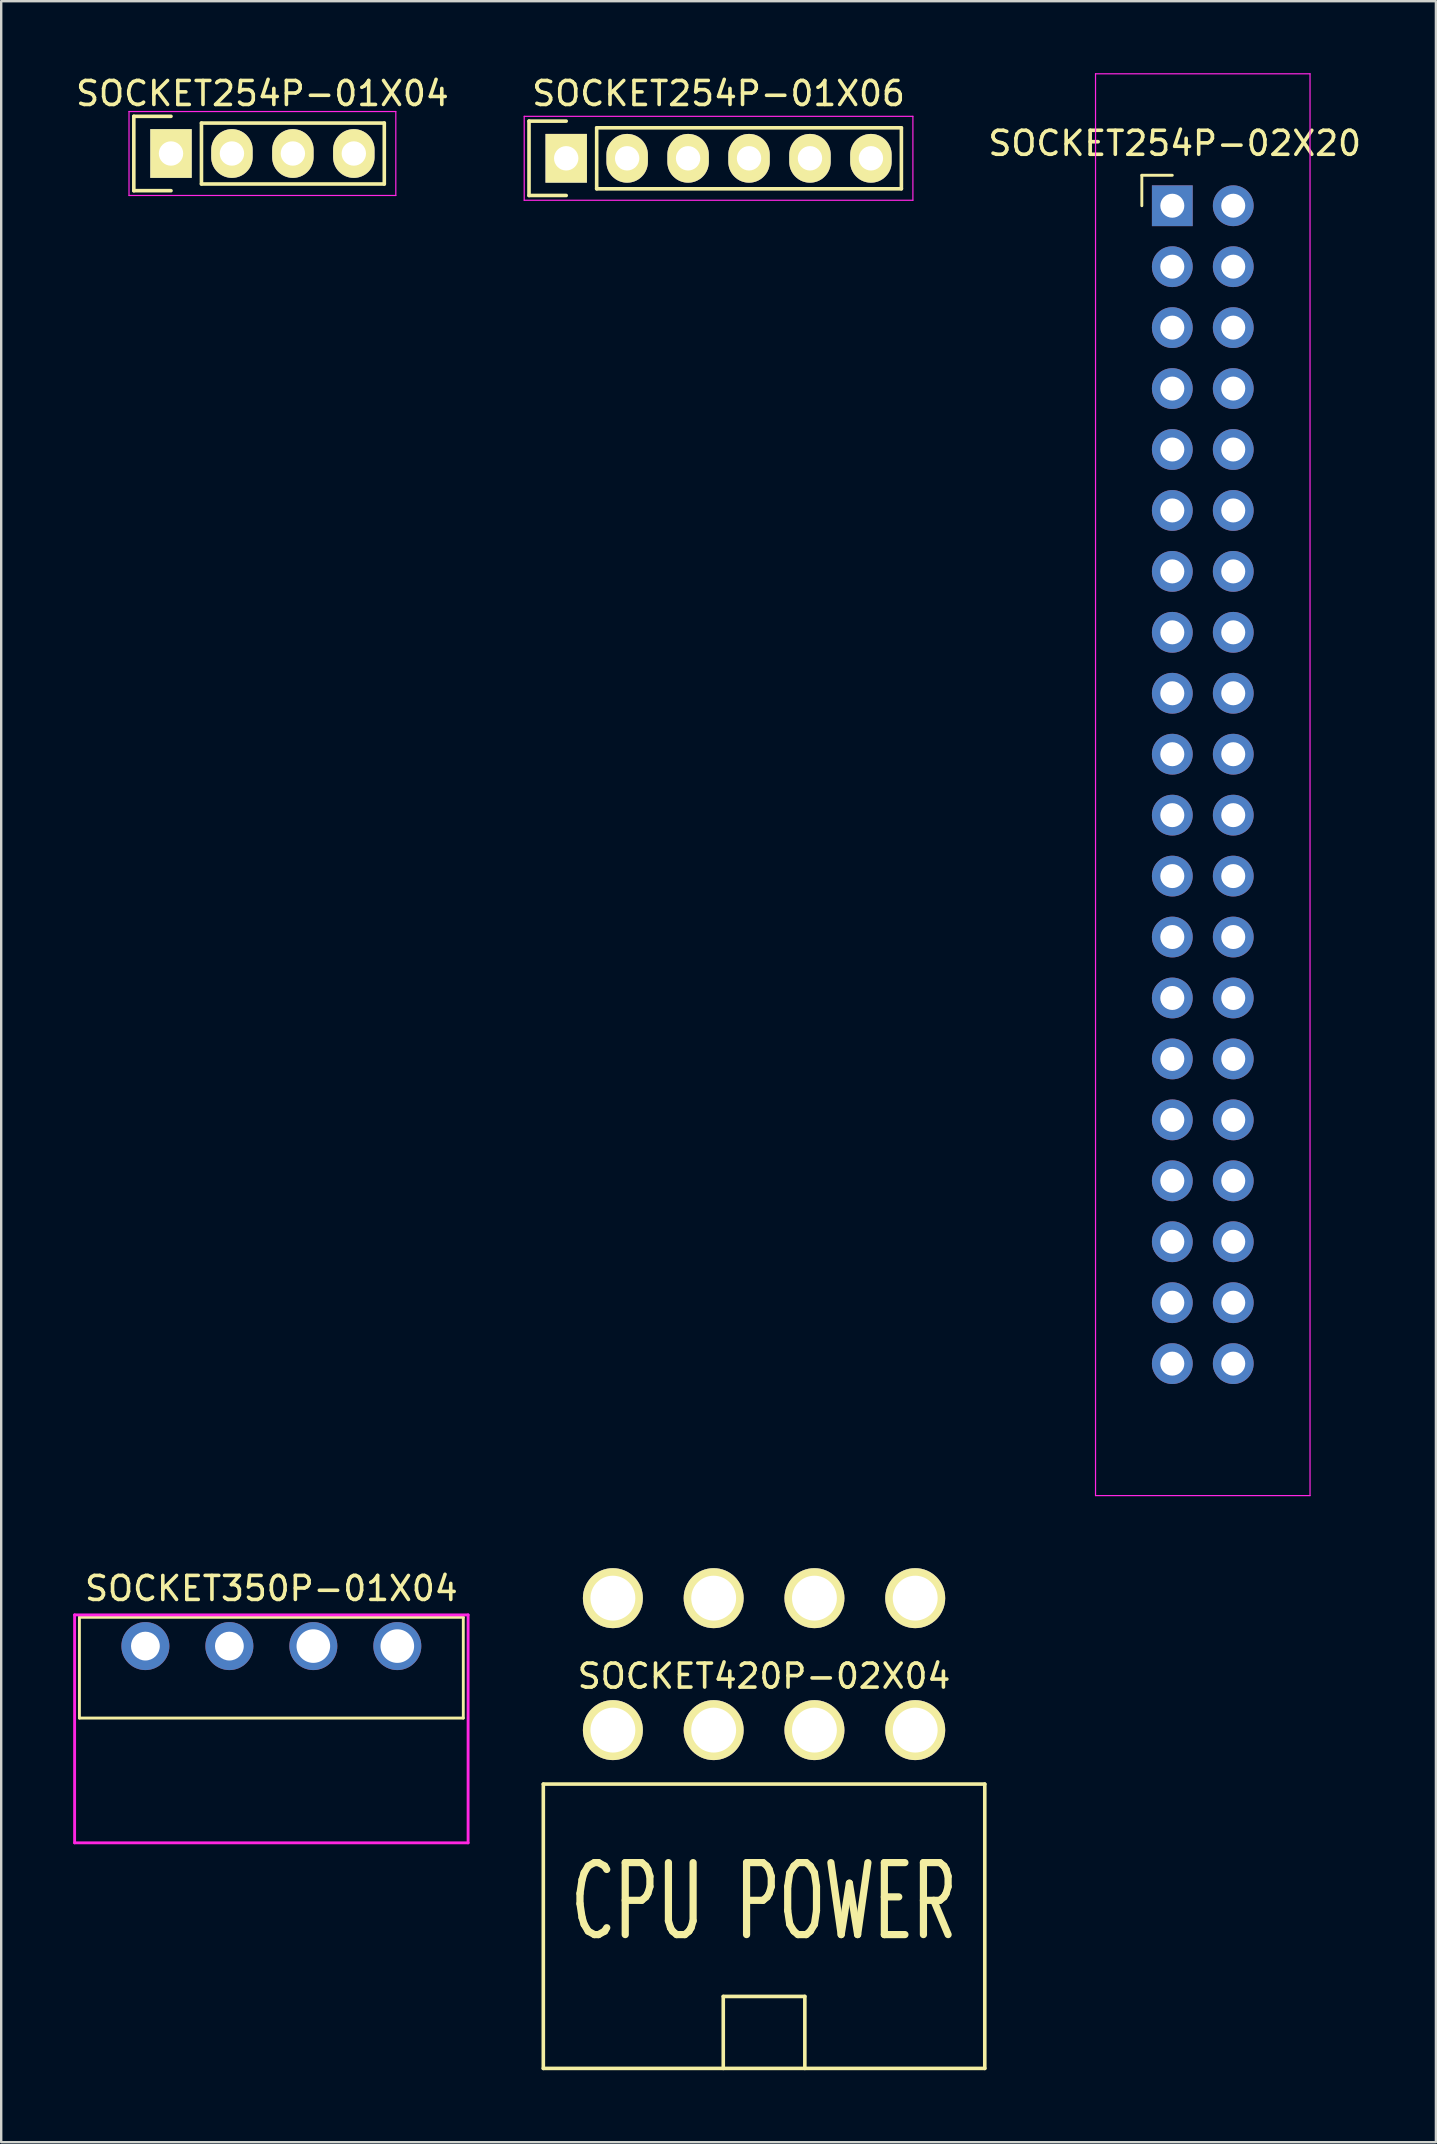
<source format=kicad_pcb>
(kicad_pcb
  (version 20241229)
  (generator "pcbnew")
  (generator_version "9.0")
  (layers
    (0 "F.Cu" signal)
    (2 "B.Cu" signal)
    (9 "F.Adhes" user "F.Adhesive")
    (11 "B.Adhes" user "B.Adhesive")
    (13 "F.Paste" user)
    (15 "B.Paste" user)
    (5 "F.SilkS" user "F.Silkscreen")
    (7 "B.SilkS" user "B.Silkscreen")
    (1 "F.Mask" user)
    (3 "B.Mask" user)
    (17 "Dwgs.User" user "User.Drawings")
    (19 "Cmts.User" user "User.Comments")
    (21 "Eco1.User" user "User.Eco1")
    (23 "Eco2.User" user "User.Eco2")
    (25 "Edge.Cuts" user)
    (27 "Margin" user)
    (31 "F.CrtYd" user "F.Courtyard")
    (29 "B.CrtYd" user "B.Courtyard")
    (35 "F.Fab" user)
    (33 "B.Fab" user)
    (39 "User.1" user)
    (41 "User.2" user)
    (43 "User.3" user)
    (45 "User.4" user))
  (footprint "SOCKET350P-01X04"
    (layer "F.Cu")
    (at 8.26 65.558)
    (property "Reference" "SOCKET350P-01X04" (at 0 -2.4 0) (layer "F.SilkS") (effects (font (size 1 1) (thickness 0.15))))
    (attr through_hole)
    (fp_line (start -8 -1.2) (end -8 3) (stroke (width 0.12) (type solid)) (layer "F.SilkS"))
    (fp_line (start 8 -1.2) (end -8 -1.2) (stroke (width 0.12) (type solid)) (layer "F.SilkS"))
    (fp_line (start 8 -1.2) (end 8 3) (stroke (width 0.12) (type solid)) (layer "F.SilkS"))
    (fp_line (start 8 3) (end -8 3) (stroke (width 0.12) (type solid)) (layer "F.SilkS"))
    (fp_line (start -8.2 8.2) (end -8.2 -1.3) (stroke (width 0.12) (type solid)) (layer "F.CrtYd"))
    (fp_line (start 8.2 -1.3) (end -8.2 -1.3) (stroke (width 0.12) (type solid)) (layer "F.CrtYd"))
    (fp_line (start 8.2 8.2) (end -8.2 8.2) (stroke (width 0.12) (type solid)) (layer "F.CrtYd"))
    (fp_line (start 8.2 8.2) (end 8.2 -1.3) (stroke (width 0.12) (type solid)) (layer "F.CrtYd"))
    (pad "1" thru_hole circle (at -5.25 0) (size 2 2) (drill 1.2) (layers "*.Cu" "*.Mask"))
    (pad "2" thru_hole circle (at -1.75 0) (size 2 2) (drill 1.2) (layers "*.Cu" "*.Mask"))
    (pad "3" thru_hole circle (at 1.75 0) (size 2 2) (drill 1.4) (layers "*.Cu" "*.Mask"))
    (pad "4" thru_hole circle (at 5.25 0) (size 2 2) (drill 1.4) (layers "*.Cu" "*.Mask")))
  (footprint "SOCKET254P-02X20"
    (layer "F.Cu")
    (at 45.811 5.525)
    (property "Reference" "SOCKET254P-02X20" (at 0.1 -2.6 0) (layer "F.SilkS") (effects (font (size 1 1) (thickness 0.15))))
    (attr through_hole)
    (fp_line (start -1.27 -1.27) (end 0 -1.27) (stroke (width 0.12) (type solid)) (layer "F.SilkS"))
    (fp_line (start -1.27 0) (end -1.27 -1.27) (stroke (width 0.12) (type solid)) (layer "F.SilkS"))
    (fp_line (start -3.2 -5.5) (end -3.2 53.76) (stroke (width 0.05) (type solid)) (layer "F.CrtYd"))
    (fp_line (start -3.2 53.76) (end 5.74 53.76) (stroke (width 0.05) (type solid)) (layer "F.CrtYd"))
    (fp_line (start 5.74 -5.5) (end -3.2 -5.5) (stroke (width 0.05) (type solid)) (layer "F.CrtYd"))
    (fp_line (start 5.74 53.76) (end 5.74 -5.5) (stroke (width 0.05) (type solid)) (layer "F.CrtYd"))
    (pad "1" thru_hole rect (at 0 0) (size 1.7 1.7) (drill 1) (layers "*.Cu" "*.Mask"))
    (pad "2" thru_hole oval (at 2.54 0) (size 1.7 1.7) (drill 1) (layers "*.Cu" "*.Mask"))
    (pad "3" thru_hole oval (at 0 2.54) (size 1.7 1.7) (drill 1) (layers "*.Cu" "*.Mask"))
    (pad "4" thru_hole oval (at 2.54 2.54) (size 1.7 1.7) (drill 1) (layers "*.Cu" "*.Mask"))
    (pad "5" thru_hole oval (at 0 5.08) (size 1.7 1.7) (drill 1) (layers "*.Cu" "*.Mask"))
    (pad "6" thru_hole oval (at 2.54 5.08) (size 1.7 1.7) (drill 1) (layers "*.Cu" "*.Mask"))
    (pad "7" thru_hole oval (at 0 7.62) (size 1.7 1.7) (drill 1) (layers "*.Cu" "*.Mask"))
    (pad "8" thru_hole oval (at 2.54 7.62) (size 1.7 1.7) (drill 1) (layers "*.Cu" "*.Mask"))
    (pad "9" thru_hole oval (at 0 10.16) (size 1.7 1.7) (drill 1) (layers "*.Cu" "*.Mask"))
    (pad "10" thru_hole oval (at 2.54 10.16) (size 1.7 1.7) (drill 1) (layers "*.Cu" "*.Mask"))
    (pad "11" thru_hole oval (at 0 12.7) (size 1.7 1.7) (drill 1) (layers "*.Cu" "*.Mask"))
    (pad "12" thru_hole oval (at 2.54 12.7) (size 1.7 1.7) (drill 1) (layers "*.Cu" "*.Mask"))
    (pad "13" thru_hole oval (at 0 15.24) (size 1.7 1.7) (drill 1) (layers "*.Cu" "*.Mask"))
    (pad "14" thru_hole oval (at 2.54 15.24) (size 1.7 1.7) (drill 1) (layers "*.Cu" "*.Mask"))
    (pad "15" thru_hole oval (at 0 17.78) (size 1.7 1.7) (drill 1) (layers "*.Cu" "*.Mask"))
    (pad "16" thru_hole oval (at 2.54 17.78) (size 1.7 1.7) (drill 1) (layers "*.Cu" "*.Mask"))
    (pad "17" thru_hole oval (at 0 20.32) (size 1.7 1.7) (drill 1) (layers "*.Cu" "*.Mask"))
    (pad "18" thru_hole oval (at 2.54 20.32) (size 1.7 1.7) (drill 1) (layers "*.Cu" "*.Mask"))
    (pad "19" thru_hole oval (at 0 22.86) (size 1.7 1.7) (drill 1) (layers "*.Cu" "*.Mask"))
    (pad "20" thru_hole oval (at 2.54 22.86) (size 1.7 1.7) (drill 1) (layers "*.Cu" "*.Mask"))
    (pad "21" thru_hole oval (at 0 25.4) (size 1.7 1.7) (drill 1) (layers "*.Cu" "*.Mask"))
    (pad "22" thru_hole oval (at 2.54 25.4) (size 1.7 1.7) (drill 1) (layers "*.Cu" "*.Mask"))
    (pad "23" thru_hole oval (at 0 27.94) (size 1.7 1.7) (drill 1) (layers "*.Cu" "*.Mask"))
    (pad "24" thru_hole oval (at 2.54 27.94) (size 1.7 1.7) (drill 1) (layers "*.Cu" "*.Mask"))
    (pad "25" thru_hole oval (at 0 30.48) (size 1.7 1.7) (drill 1) (layers "*.Cu" "*.Mask"))
    (pad "26" thru_hole oval (at 2.54 30.48) (size 1.7 1.7) (drill 1) (layers "*.Cu" "*.Mask"))
    (pad "27" thru_hole oval (at 0 33.02) (size 1.7 1.7) (drill 1) (layers "*.Cu" "*.Mask"))
    (pad "28" thru_hole oval (at 2.54 33.02) (size 1.7 1.7) (drill 1) (layers "*.Cu" "*.Mask"))
    (pad "29" thru_hole oval (at 0 35.56) (size 1.7 1.7) (drill 1) (layers "*.Cu" "*.Mask"))
    (pad "30" thru_hole oval (at 2.54 35.56) (size 1.7 1.7) (drill 1) (layers "*.Cu" "*.Mask"))
    (pad "31" thru_hole oval (at 0 38.1) (size 1.7 1.7) (drill 1) (layers "*.Cu" "*.Mask"))
    (pad "32" thru_hole oval (at 2.54 38.1) (size 1.7 1.7) (drill 1) (layers "*.Cu" "*.Mask"))
    (pad "33" thru_hole oval (at 0 40.64) (size 1.7 1.7) (drill 1) (layers "*.Cu" "*.Mask"))
    (pad "34" thru_hole oval (at 2.54 40.64) (size 1.7 1.7) (drill 1) (layers "*.Cu" "*.Mask"))
    (pad "35" thru_hole oval (at 0 43.18) (size 1.7 1.7) (drill 1) (layers "*.Cu" "*.Mask"))
    (pad "36" thru_hole oval (at 2.54 43.18) (size 1.7 1.7) (drill 1) (layers "*.Cu" "*.Mask"))
    (pad "37" thru_hole oval (at 0 45.72) (size 1.7 1.7) (drill 1) (layers "*.Cu" "*.Mask"))
    (pad "38" thru_hole oval (at 2.54 45.72) (size 1.7 1.7) (drill 1) (layers "*.Cu" "*.Mask"))
    (pad "39" thru_hole oval (at 0 48.26) (size 1.7 1.7) (drill 1) (layers "*.Cu" "*.Mask"))
    (pad "40" thru_hole oval (at 2.54 48.26) (size 1.7 1.7) (drill 1) (layers "*.Cu" "*.Mask")))
  (footprint "SOCKET254P-01X04"
    (layer "F.Cu")
    (at 7.887 3.348)
    (property "Reference" "SOCKET254P-01X04" (at 0 -2.5 0) (layer "F.SilkS") (effects (font (size 1 1) (thickness 0.15))))
    (attr through_hole)
    (fp_line (start -5.36 -1.55) (end -5.36 1.55) (stroke (width 0.15) (type solid)) (layer "F.SilkS"))
    (fp_line (start -5.36 1.55) (end -3.81 1.55) (stroke (width 0.15) (type solid)) (layer "F.SilkS"))
    (fp_line (start -3.81 -1.55) (end -5.36 -1.55) (stroke (width 0.15) (type solid)) (layer "F.SilkS"))
    (fp_line (start -2.54 -1.27) (end 5.08 -1.27) (stroke (width 0.15) (type solid)) (layer "F.SilkS"))
    (fp_line (start -2.54 1.27) (end -2.54 -1.27) (stroke (width 0.15) (type solid)) (layer "F.SilkS"))
    (fp_line (start -2.54 1.27) (end 5.08 1.27) (stroke (width 0.15) (type solid)) (layer "F.SilkS"))
    (fp_line (start 5.08 -1.27) (end 5.08 1.27) (stroke (width 0.15) (type solid)) (layer "F.SilkS"))
    (fp_line (start -5.56 -1.75) (end -5.56 1.75) (stroke (width 0.05) (type solid)) (layer "F.CrtYd"))
    (fp_line (start -5.56 -1.75) (end 5.56 -1.75) (stroke (width 0.05) (type solid)) (layer "F.CrtYd"))
    (fp_line (start -5.56 1.75) (end 5.56 1.75) (stroke (width 0.05) (type solid)) (layer "F.CrtYd"))
    (fp_line (start 5.56 -1.75) (end 5.56 1.75) (stroke (width 0.05) (type solid)) (layer "F.CrtYd"))
    (pad "1" thru_hole rect (at -3.81 0) (size 1.727 2.032) (drill 1.016) (layers "*.Cu" "*.Mask" "F.SilkS"))
    (pad "2" thru_hole oval (at -1.27 0) (size 1.727 2.032) (drill 1.016) (layers "*.Cu" "*.Mask" "F.SilkS"))
    (pad "3" thru_hole oval (at 1.27 0) (size 1.727 2.032) (drill 1.016) (layers "*.Cu" "*.Mask" "F.SilkS"))
    (pad "4" thru_hole oval (at 3.81 0) (size 1.727 2.032) (drill 1.016) (layers "*.Cu" "*.Mask" "F.SilkS")))
  (footprint "SOCKET254P-01X06"
    (layer "F.Cu")
    (at 26.899 3.548)
    (property "Reference" "SOCKET254P-01X06" (at 0 -2.7 0) (layer "F.SilkS") (effects (font (size 1 1) (thickness 0.15))))
    (attr through_hole)
    (fp_line (start -7.9 -1.55) (end -7.9 1.55) (stroke (width 0.15) (type solid)) (layer "F.SilkS"))
    (fp_line (start -7.9 1.55) (end -6.35 1.55) (stroke (width 0.15) (type solid)) (layer "F.SilkS"))
    (fp_line (start -6.35 -1.55) (end -7.9 -1.55) (stroke (width 0.15) (type solid)) (layer "F.SilkS"))
    (fp_line (start -5.08 1.27) (end -5.08 -1.27) (stroke (width 0.15) (type solid)) (layer "F.SilkS"))
    (fp_line (start -5.08 1.27) (end 7.62 1.27) (stroke (width 0.15) (type solid)) (layer "F.SilkS"))
    (fp_line (start 7.62 -1.27) (end -5.08 -1.27) (stroke (width 0.15) (type solid)) (layer "F.SilkS"))
    (fp_line (start 7.62 1.27) (end 7.62 -1.27) (stroke (width 0.15) (type solid)) (layer "F.SilkS"))
    (fp_line (start -8.1 -1.75) (end -8.1 1.75) (stroke (width 0.05) (type solid)) (layer "F.CrtYd"))
    (fp_line (start -8.1 -1.75) (end 8.1 -1.75) (stroke (width 0.05) (type solid)) (layer "F.CrtYd"))
    (fp_line (start -8.1 1.75) (end 8.1 1.75) (stroke (width 0.05) (type solid)) (layer "F.CrtYd"))
    (fp_line (start 8.1 -1.75) (end 8.1 1.75) (stroke (width 0.05) (type solid)) (layer "F.CrtYd"))
    (pad "1" thru_hole rect (at -6.35 0) (size 1.727 2.032) (drill 1.016) (layers "*.Cu" "*.Mask" "F.SilkS"))
    (pad "2" thru_hole oval (at -3.81 0) (size 1.727 2.032) (drill 1.016) (layers "*.Cu" "*.Mask" "F.SilkS"))
    (pad "3" thru_hole oval (at -1.27 0) (size 1.727 2.032) (drill 1.016) (layers "*.Cu" "*.Mask" "F.SilkS"))
    (pad "4" thru_hole oval (at 1.27 0) (size 1.727 2.032) (drill 1.016) (layers "*.Cu" "*.Mask" "F.SilkS"))
    (pad "5" thru_hole oval (at 3.81 0) (size 1.727 2.032) (drill 1.016) (layers "*.Cu" "*.Mask" "F.SilkS"))
    (pad "6" thru_hole oval (at 6.35 0) (size 1.727 2.032) (drill 1.016) (layers "*.Cu" "*.Mask" "F.SilkS")))
  (footprint "SOCKET420P-02X04"
    (layer "F.Cu")
    (at 28.795 66.31)
    (property "Reference" "SOCKET420P-02X04" (at 0 0.5 0) (layer "F.SilkS") (effects (font (size 1 1) (thickness 0.15))))
    (attr through_hole)
    (fp_line (start -9.2 5) (end -9.2 16.85) (stroke (width 0.15) (type solid)) (layer "F.SilkS"))
    (fp_line (start -1.7 13.85) (end 1.7 13.85) (stroke (width 0.15) (type solid)) (layer "F.SilkS"))
    (fp_line (start -1.7 16.85) (end -1.7 13.85) (stroke (width 0.15) (type solid)) (layer "F.SilkS"))
    (fp_line (start 1.7 16.85) (end 1.7 13.85) (stroke (width 0.15) (type solid)) (layer "F.SilkS"))
    (fp_line (start 9.2 5) (end -9.2 5) (stroke (width 0.15) (type solid)) (layer "F.SilkS"))
    (fp_line (start 9.2 5) (end 9.2 16.85) (stroke (width 0.15) (type solid)) (layer "F.SilkS"))
    (fp_line (start 9.2 16.85) (end -9.2 16.85) (stroke (width 0.15) (type solid)) (layer "F.SilkS"))
    (fp_text user "CPU POWER" (at 0 9.9 0) (layer "F.SilkS") (effects (font (size 3 1.8) (thickness 0.3))))
    (pad "1" thru_hole circle (at 6.3 2.75) (size 2.5 2.5) (drill 1.87) (layers "*.Cu" "*.Mask" "F.SilkS"))
    (pad "2" thru_hole circle (at 2.1 2.75) (size 2.5 2.5) (drill 1.87) (layers "*.Cu" "*.Mask" "F.SilkS"))
    (pad "3" thru_hole circle (at -2.1 2.75) (size 2.5 2.5) (drill 1.87) (layers "*.Cu" "*.Mask" "F.SilkS"))
    (pad "4" thru_hole circle (at -6.3 2.75) (size 2.5 2.5) (drill 1.87) (layers "*.Cu" "*.Mask" "F.SilkS"))
    (pad "5" thru_hole circle (at 6.3 -2.75) (size 2.5 2.5) (drill 1.87) (layers "*.Cu" "*.Mask" "F.SilkS"))
    (pad "6" thru_hole circle (at 2.1 -2.75) (size 2.5 2.5) (drill 1.87) (layers "*.Cu" "*.Mask" "F.SilkS"))
    (pad "7" thru_hole circle (at -2.1 -2.75) (size 2.5 2.5) (drill 1.87) (layers "*.Cu" "*.Mask" "F.SilkS"))
    (pad "8" thru_hole circle (at -6.3 -2.75) (size 2.5 2.5) (drill 1.87) (layers "*.Cu" "*.Mask" "F.SilkS")))
  (gr_rect
    (start -3 -3)
    (end 56.798 86.235)
    (stroke (width 0.1) (type default))
    (fill no)
    (layer "Edge.Cuts")))
</source>
